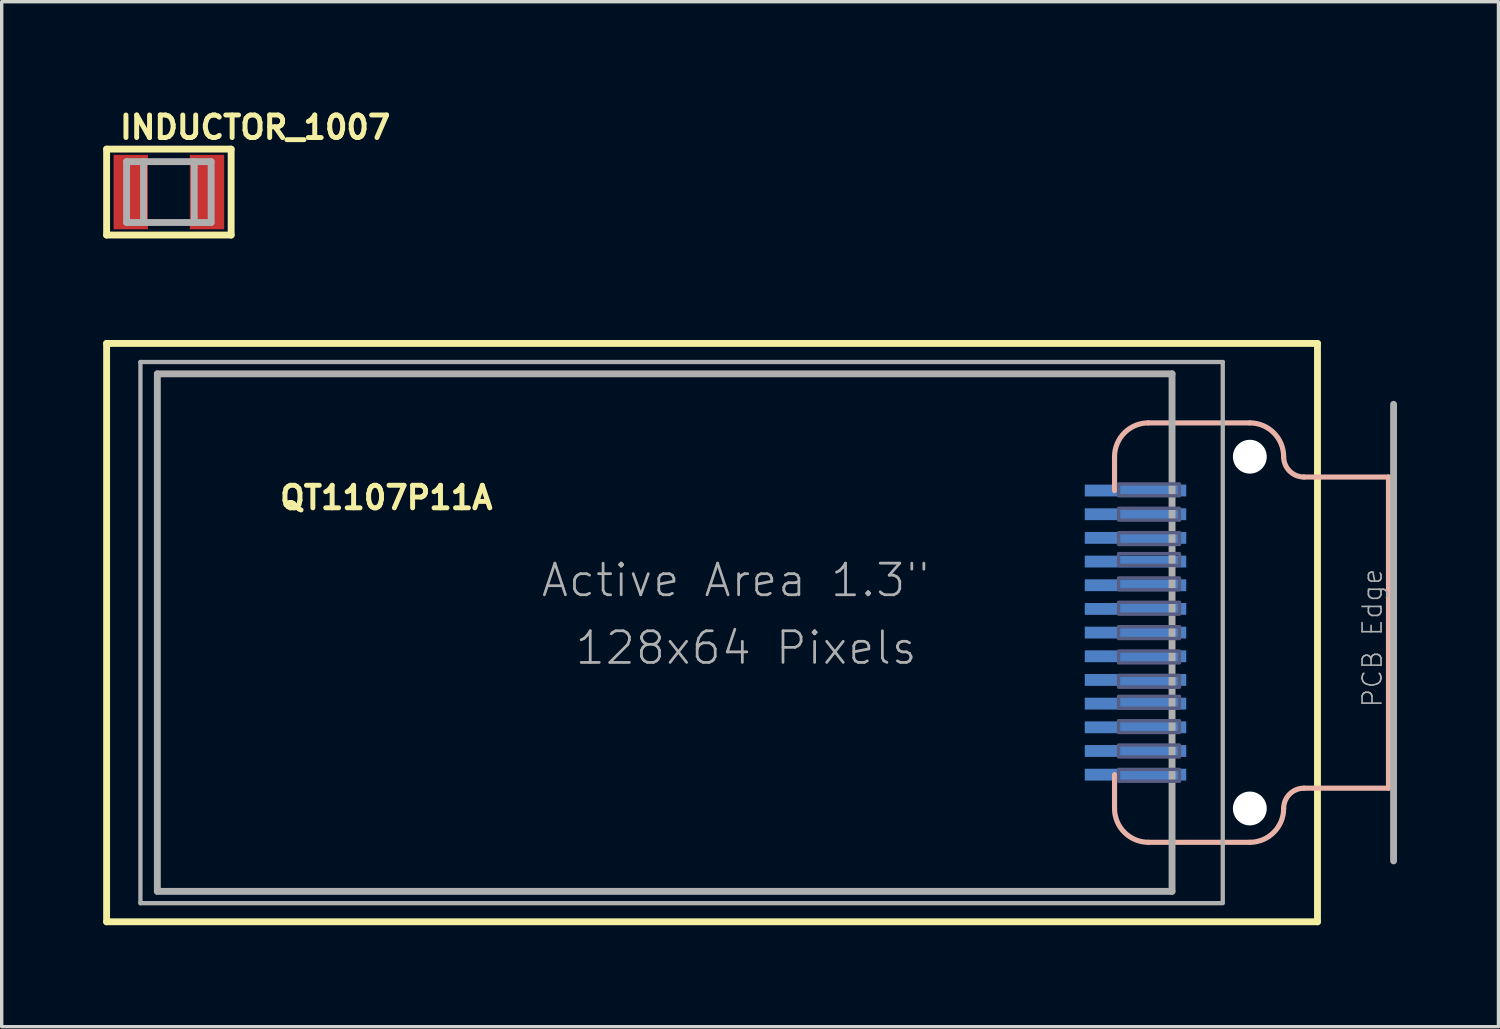
<source format=kicad_pcb>
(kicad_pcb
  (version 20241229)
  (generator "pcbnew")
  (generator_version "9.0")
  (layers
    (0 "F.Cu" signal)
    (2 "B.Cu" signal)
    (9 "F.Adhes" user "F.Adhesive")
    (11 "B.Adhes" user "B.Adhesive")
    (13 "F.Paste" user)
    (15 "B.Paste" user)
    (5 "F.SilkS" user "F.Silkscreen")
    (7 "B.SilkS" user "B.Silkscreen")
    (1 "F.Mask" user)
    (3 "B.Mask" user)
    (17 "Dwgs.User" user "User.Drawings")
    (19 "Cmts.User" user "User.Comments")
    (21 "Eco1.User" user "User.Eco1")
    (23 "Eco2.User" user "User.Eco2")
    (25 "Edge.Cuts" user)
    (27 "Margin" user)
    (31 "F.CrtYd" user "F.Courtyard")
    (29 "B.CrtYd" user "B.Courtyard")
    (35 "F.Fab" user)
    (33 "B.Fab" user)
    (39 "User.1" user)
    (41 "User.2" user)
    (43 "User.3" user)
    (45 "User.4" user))
  (footprint "INDUCTOR_1007"
    (layer "F.Cu")
    (at 1.943 2.629)
    (property "Reference" "INDUCTOR_1007" (at -1.524 -1.524 0) (unlocked yes) (layer "F.SilkS") (effects (font (size 0.666 0.666) (thickness 0.146)) (justify left bottom)))
    (fp_line (start -1.841 -1.27) (end 1.841 -1.27) (stroke (width 0.203) (type solid)) (layer "F.SilkS"))
    (fp_line (start -1.841 1.27) (end -1.841 -1.27) (stroke (width 0.203) (type solid)) (layer "F.SilkS"))
    (fp_line (start 1.841 -1.27) (end 1.841 1.27) (stroke (width 0.203) (type solid)) (layer "F.SilkS"))
    (fp_line (start 1.841 1.27) (end -1.841 1.27) (stroke (width 0.203) (type solid)) (layer "F.SilkS"))
    (fp_line (start -1.25 -0.9) (end -0.75 -0.9) (stroke (width 0.203) (type solid)) (layer "F.Fab"))
    (fp_line (start -1.25 0.9) (end -1.25 -0.9) (stroke (width 0.203) (type solid)) (layer "F.Fab"))
    (fp_line (start -1.25 0.9) (end -0.75 0.9) (stroke (width 0.203) (type solid)) (layer "F.Fab"))
    (fp_line (start -0.75 -0.9) (end 0.75 -0.9) (stroke (width 0.203) (type solid)) (layer "F.Fab"))
    (fp_line (start -0.75 0.9) (end -0.75 -0.9) (stroke (width 0.203) (type solid)) (layer "F.Fab"))
    (fp_line (start -0.75 0.9) (end 0.75 0.9) (stroke (width 0.203) (type solid)) (layer "F.Fab"))
    (fp_line (start 0.75 -0.9) (end 1.25 -0.9) (stroke (width 0.203) (type solid)) (layer "F.Fab"))
    (fp_line (start 0.75 0.9) (end 0.75 -0.9) (stroke (width 0.203) (type solid)) (layer "F.Fab"))
    (fp_line (start 0.75 0.9) (end 1.25 0.9) (stroke (width 0.203) (type solid)) (layer "F.Fab"))
    (fp_line (start 1.25 0.9) (end 1.25 -0.9) (stroke (width 0.203) (type solid)) (layer "F.Fab"))
    (pad "P$1" smd rect (at -1.127 0) (size 1.016 2.2) (layers "F.Cu" "F.Mask" "F.Paste"))
    (pad "P$2" smd rect (at 1.127 0) (size 1.016 2.2) (layers "F.Cu" "F.Mask" "F.Paste")))
  (footprint "QT1107P11A"
    (layer "F.Cu")
    (at 35.902 15.653)
    (property "Reference" "QT1107P11A" (at -30.75 -3.6 0) (unlocked yes) (layer "F.SilkS") (effects (font (size 0.666 0.666) (thickness 0.146)) (justify left bottom)))
    (fp_line (start -35.8 -8.55) (end -35.8 8.55) (stroke (width 0.203) (type solid)) (layer "F.SilkS"))
    (fp_line (start 0 -8.55) (end -35.8 -8.55) (stroke (width 0.203) (type solid)) (layer "F.SilkS"))
    (fp_line (start 0 -8.55) (end 0 8.55) (stroke (width 0.203) (type solid)) (layer "F.SilkS"))
    (fp_line (start 0 8.55) (end -35.8 8.55) (stroke (width 0.203) (type solid)) (layer "F.SilkS"))
    (fp_line (start -6 -4.2) (end -6 -5.2) (stroke (width 0.152) (type solid)) (layer "B.SilkS"))
    (fp_line (start -6 5.2) (end -6 4.2) (stroke (width 0.152) (type solid)) (layer "B.SilkS"))
    (fp_line (start -5 -6.2) (end -2 -6.2) (stroke (width 0.152) (type solid)) (layer "B.SilkS"))
    (fp_line (start -2 6.2) (end -5 6.2) (stroke (width 0.152) (type solid)) (layer "B.SilkS"))
    (fp_line (start -0.4 -4.6) (end 2.1 -4.6) (stroke (width 0.152) (type solid)) (layer "B.SilkS"))
    (fp_line (start 2.1 -4.6) (end 2.1 4.6) (stroke (width 0.152) (type solid)) (layer "B.SilkS"))
    (fp_line (start 2.1 4.6) (end -0.4 4.6) (stroke (width 0.152) (type solid)) (layer "B.SilkS"))
    (fp_arc (start -6 -5.2) (mid -5.707107 -5.907107) (end -5 -6.2) (stroke (width 0.1524) (type solid)) (layer "B.SilkS"))
    (fp_arc (start -5 6.2) (mid -5.707107 5.907107) (end -6 5.2) (stroke (width 0.1524) (type solid)) (layer "B.SilkS"))
    (fp_arc (start -2 -6.2) (mid -1.292893 -5.907107) (end -1 -5.2) (stroke (width 0.1524) (type solid)) (layer "B.SilkS"))
    (fp_arc (start -1 5.2) (mid -1.292893 5.907107) (end -2 6.2) (stroke (width 0.1524) (type solid)) (layer "B.SilkS"))
    (fp_arc (start -0.999999 5.200001) (mid -0.824264 4.775737) (end -0.4 4.6) (stroke (width 0.1524) (type solid)) (layer "B.SilkS"))
    (fp_arc (start -0.399999 -4.599999) (mid -0.824264 -4.775735) (end -1 -5.2) (stroke (width 0.1524) (type solid)) (layer "B.SilkS"))
    (fp_poly (pts (xy -5.88 -4.045) (xy -4.08 -4.045) (xy -4.08 -4.395) (xy -5.88 -4.395)) (stroke (width 0.1) (type default)) (fill no) (layer "B.Fab"))
    (fp_poly (pts (xy -5.88 -3.325) (xy -4.08 -3.325) (xy -4.08 -3.675) (xy -5.88 -3.675)) (stroke (width 0.1) (type default)) (fill no) (layer "B.Fab"))
    (fp_poly (pts (xy -5.88 -2.605) (xy -4.08 -2.605) (xy -4.08 -2.955) (xy -5.88 -2.955)) (stroke (width 0.1) (type default)) (fill no) (layer "B.Fab"))
    (fp_poly (pts (xy -5.88 -1.985) (xy -4.08 -1.985) (xy -4.08 -2.335) (xy -5.88 -2.335)) (stroke (width 0.1) (type default)) (fill no) (layer "B.Fab"))
    (fp_poly (pts (xy -5.88 -1.265) (xy -4.08 -1.265) (xy -4.08 -1.615) (xy -5.88 -1.615)) (stroke (width 0.1) (type default)) (fill no) (layer "B.Fab"))
    (fp_poly (pts (xy -5.88 -0.545) (xy -4.08 -0.545) (xy -4.08 -0.895) (xy -5.88 -0.895)) (stroke (width 0.1) (type default)) (fill no) (layer "B.Fab"))
    (fp_poly (pts (xy -5.88 0.175) (xy -4.08 0.175) (xy -4.08 -0.175) (xy -5.88 -0.175)) (stroke (width 0.1) (type default)) (fill no) (layer "B.Fab"))
    (fp_poly (pts (xy -5.88 0.895) (xy -4.08 0.895) (xy -4.08 0.545) (xy -5.88 0.545)) (stroke (width 0.1) (type default)) (fill no) (layer "B.Fab"))
    (fp_poly (pts (xy -5.88 1.615) (xy -4.08 1.615) (xy -4.08 1.265) (xy -5.88 1.265)) (stroke (width 0.1) (type default)) (fill no) (layer "B.Fab"))
    (fp_poly (pts (xy -5.88 2.235) (xy -4.08 2.235) (xy -4.08 1.885) (xy -5.88 1.885)) (stroke (width 0.1) (type default)) (fill no) (layer "B.Fab"))
    (fp_poly (pts (xy -5.88 2.955) (xy -4.08 2.955) (xy -4.08 2.605) (xy -5.88 2.605)) (stroke (width 0.1) (type default)) (fill no) (layer "B.Fab"))
    (fp_poly (pts (xy -5.88 3.675) (xy -4.08 3.675) (xy -4.08 3.325) (xy -5.88 3.325)) (stroke (width 0.1) (type default)) (fill no) (layer "B.Fab"))
    (fp_poly (pts (xy -5.88 4.395) (xy -4.08 4.395) (xy -4.08 4.045) (xy -5.88 4.045)) (stroke (width 0.1) (type default)) (fill no) (layer "B.Fab"))
    (fp_line (start -34.8 -8) (end -34.8 8) (stroke (width 0.127) (type solid)) (layer "F.Fab"))
    (fp_line (start -34.3 -7.65) (end -34.3 7.65) (stroke (width 0.203) (type solid)) (layer "F.Fab"))
    (fp_line (start -4.3 -7.65) (end -34.3 -7.65) (stroke (width 0.203) (type solid)) (layer "F.Fab"))
    (fp_line (start -4.3 -7.65) (end -4.3 7.65) (stroke (width 0.203) (type solid)) (layer "F.Fab"))
    (fp_line (start -4.3 7.65) (end -34.3 7.65) (stroke (width 0.203) (type solid)) (layer "F.Fab"))
    (fp_line (start -2.8 -8) (end -34.8 -8) (stroke (width 0.127) (type solid)) (layer "F.Fab"))
    (fp_line (start -2.8 -8) (end -2.8 7.975) (stroke (width 0.127) (type solid)) (layer "F.Fab"))
    (fp_line (start -2.8 8) (end -34.8 8) (stroke (width 0.127) (type solid)) (layer "F.Fab"))
    (fp_line (start 2.25 -6.75) (end 2.25 6.75) (stroke (width 0.203) (type solid)) (layer "F.Fab"))
    (fp_text user "PCB Edge" (at 1.95 2.25 90) (layer "F.Fab") (effects (font (size 0.561 0.561) (thickness 0.049)) (justify left bottom)))
    (fp_text user "128x64 Pixels" (at -22 1 0) (layer "F.Fab") (effects (font (size 0.935 0.935) (thickness 0.081)) (justify left bottom)))
    (fp_text user "Active Area 1.3\"" (at -23 -1 0) (layer "F.Fab") (effects (font (size 0.935 0.935) (thickness 0.081)) (justify left bottom)))
    (pad "" np_thru_hole circle (at -2 -5.2) (size 1 1) (drill 1) (layers "*.Cu" "*.Mask"))
    (pad "" np_thru_hole circle (at -2 5.2) (size 1 1) (drill 1) (layers "*.Cu" "*.Mask"))
    (pad "1" smd rect (at -5.38 4.2 180) (size 3 0.35) (layers "B.Cu" "B.Mask"))
    (pad "2" smd rect (at -5.38 3.5 180) (size 3 0.35) (layers "B.Cu" "B.Mask"))
    (pad "3" smd rect (at -5.38 2.8 180) (size 3 0.35) (layers "B.Cu" "B.Mask"))
    (pad "4" smd rect (at -5.38 2.1 180) (size 3 0.35) (layers "B.Cu" "B.Mask"))
    (pad "5" smd rect (at -5.38 1.4 180) (size 3 0.35) (layers "B.Cu" "B.Mask"))
    (pad "6" smd rect (at -5.38 0.7 180) (size 3 0.35) (layers "B.Cu" "B.Mask"))
    (pad "7" smd rect (at -5.38 0 180) (size 3 0.35) (layers "B.Cu" "B.Mask"))
    (pad "8" smd rect (at -5.38 -0.7 180) (size 3 0.35) (layers "B.Cu" "B.Mask"))
    (pad "9" smd rect (at -5.38 -1.4 180) (size 3 0.35) (layers "B.Cu" "B.Mask"))
    (pad "10" smd rect (at -5.38 -2.1 180) (size 3 0.35) (layers "B.Cu" "B.Mask"))
    (pad "11" smd rect (at -5.38 -2.8 180) (size 3 0.35) (layers "B.Cu" "B.Mask"))
    (pad "12" smd rect (at -5.38 -3.5 180) (size 3 0.35) (layers "B.Cu" "B.Mask"))
    (pad "13" smd rect (at -5.38 -4.2 180) (size 3 0.35) (layers "B.Cu" "B.Mask")))
  (gr_rect
    (start -3 -3)
    (end 41.253 27.304)
    (stroke (width 0.1) (type default))
    (fill no)
    (layer "Edge.Cuts")))
</source>
